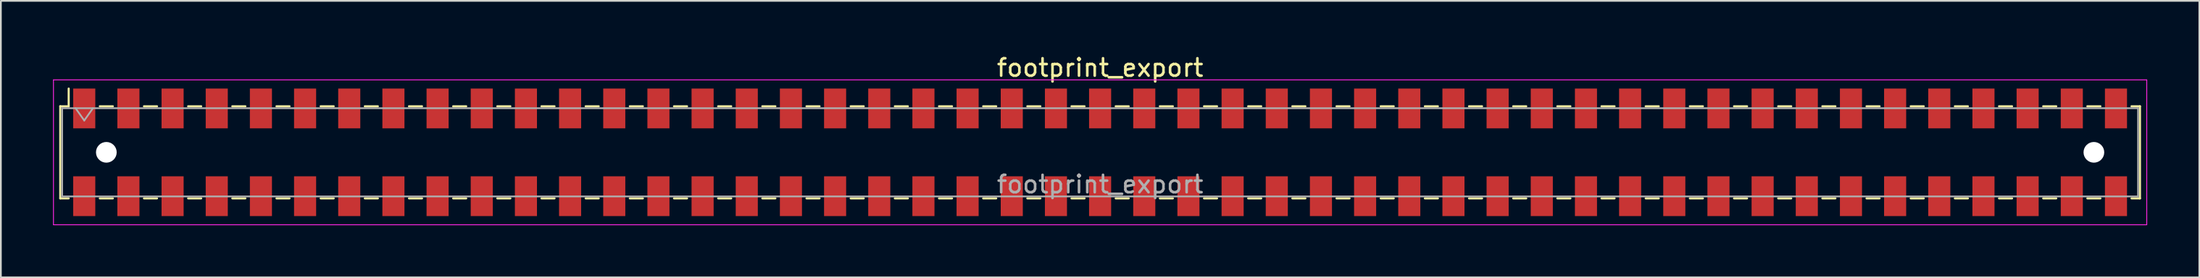
<source format=kicad_pcb>
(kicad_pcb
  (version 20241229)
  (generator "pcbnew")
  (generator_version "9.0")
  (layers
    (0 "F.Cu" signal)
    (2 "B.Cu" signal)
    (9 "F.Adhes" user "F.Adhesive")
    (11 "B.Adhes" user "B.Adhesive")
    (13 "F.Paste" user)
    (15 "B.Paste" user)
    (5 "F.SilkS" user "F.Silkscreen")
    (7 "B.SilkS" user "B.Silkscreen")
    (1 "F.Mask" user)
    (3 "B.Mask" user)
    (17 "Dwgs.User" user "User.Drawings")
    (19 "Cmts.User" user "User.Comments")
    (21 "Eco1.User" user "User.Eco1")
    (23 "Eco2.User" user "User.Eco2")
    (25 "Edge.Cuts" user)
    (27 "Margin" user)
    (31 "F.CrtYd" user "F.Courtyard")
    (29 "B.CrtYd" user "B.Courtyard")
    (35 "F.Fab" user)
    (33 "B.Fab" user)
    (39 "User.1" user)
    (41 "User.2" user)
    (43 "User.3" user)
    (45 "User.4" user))
  (footprint "footprint_export"
    (layer "F.Cu")
    (at 60.215 5.718)
    (property "Reference" "footprint_export" (at 0 -4.87 0) (layer "F.SilkS") (effects (font (size 1 1) (thickness 0.15))))
    (attr smd)
    (fp_line (start -59.8 -2.65) (end -59.8 2.65) (stroke (width 0.12) (type solid)) (layer "F.SilkS"))
    (fp_line (start -59.8 2.65) (end -59.315 2.65) (stroke (width 0.12) (type solid)) (layer "F.SilkS"))
    (fp_line (start -59.315 -3.67) (end -59.315 -2.65) (stroke (width 0.12) (type solid)) (layer "F.SilkS"))
    (fp_line (start -59.315 -2.65) (end -59.8 -2.65) (stroke (width 0.12) (type solid)) (layer "F.SilkS"))
    (fp_line (start -57.525 -2.65) (end -56.775 -2.65) (stroke (width 0.12) (type solid)) (layer "F.SilkS"))
    (fp_line (start -57.525 2.65) (end -56.775 2.65) (stroke (width 0.12) (type solid)) (layer "F.SilkS"))
    (fp_line (start -54.985 -2.65) (end -54.235 -2.65) (stroke (width 0.12) (type solid)) (layer "F.SilkS"))
    (fp_line (start -54.985 2.65) (end -54.235 2.65) (stroke (width 0.12) (type solid)) (layer "F.SilkS"))
    (fp_line (start -52.445 -2.65) (end -51.695 -2.65) (stroke (width 0.12) (type solid)) (layer "F.SilkS"))
    (fp_line (start -52.445 2.65) (end -51.695 2.65) (stroke (width 0.12) (type solid)) (layer "F.SilkS"))
    (fp_line (start -49.905 -2.65) (end -49.155 -2.65) (stroke (width 0.12) (type solid)) (layer "F.SilkS"))
    (fp_line (start -49.905 2.65) (end -49.155 2.65) (stroke (width 0.12) (type solid)) (layer "F.SilkS"))
    (fp_line (start -47.365 -2.65) (end -46.615 -2.65) (stroke (width 0.12) (type solid)) (layer "F.SilkS"))
    (fp_line (start -47.365 2.65) (end -46.615 2.65) (stroke (width 0.12) (type solid)) (layer "F.SilkS"))
    (fp_line (start -44.825 -2.65) (end -44.075 -2.65) (stroke (width 0.12) (type solid)) (layer "F.SilkS"))
    (fp_line (start -44.825 2.65) (end -44.075 2.65) (stroke (width 0.12) (type solid)) (layer "F.SilkS"))
    (fp_line (start -42.285 -2.65) (end -41.535 -2.65) (stroke (width 0.12) (type solid)) (layer "F.SilkS"))
    (fp_line (start -42.285 2.65) (end -41.535 2.65) (stroke (width 0.12) (type solid)) (layer "F.SilkS"))
    (fp_line (start -39.745 -2.65) (end -38.995 -2.65) (stroke (width 0.12) (type solid)) (layer "F.SilkS"))
    (fp_line (start -39.745 2.65) (end -38.995 2.65) (stroke (width 0.12) (type solid)) (layer "F.SilkS"))
    (fp_line (start -37.205 -2.65) (end -36.455 -2.65) (stroke (width 0.12) (type solid)) (layer "F.SilkS"))
    (fp_line (start -37.205 2.65) (end -36.455 2.65) (stroke (width 0.12) (type solid)) (layer "F.SilkS"))
    (fp_line (start -34.665 -2.65) (end -33.915 -2.65) (stroke (width 0.12) (type solid)) (layer "F.SilkS"))
    (fp_line (start -34.665 2.65) (end -33.915 2.65) (stroke (width 0.12) (type solid)) (layer "F.SilkS"))
    (fp_line (start -32.125 -2.65) (end -31.375 -2.65) (stroke (width 0.12) (type solid)) (layer "F.SilkS"))
    (fp_line (start -32.125 2.65) (end -31.375 2.65) (stroke (width 0.12) (type solid)) (layer "F.SilkS"))
    (fp_line (start -29.585 -2.65) (end -28.835 -2.65) (stroke (width 0.12) (type solid)) (layer "F.SilkS"))
    (fp_line (start -29.585 2.65) (end -28.835 2.65) (stroke (width 0.12) (type solid)) (layer "F.SilkS"))
    (fp_line (start -27.045 -2.65) (end -26.295 -2.65) (stroke (width 0.12) (type solid)) (layer "F.SilkS"))
    (fp_line (start -27.045 2.65) (end -26.295 2.65) (stroke (width 0.12) (type solid)) (layer "F.SilkS"))
    (fp_line (start -24.505 -2.65) (end -23.755 -2.65) (stroke (width 0.12) (type solid)) (layer "F.SilkS"))
    (fp_line (start -24.505 2.65) (end -23.755 2.65) (stroke (width 0.12) (type solid)) (layer "F.SilkS"))
    (fp_line (start -21.965 -2.65) (end -21.215 -2.65) (stroke (width 0.12) (type solid)) (layer "F.SilkS"))
    (fp_line (start -21.965 2.65) (end -21.215 2.65) (stroke (width 0.12) (type solid)) (layer "F.SilkS"))
    (fp_line (start -19.425 -2.65) (end -18.675 -2.65) (stroke (width 0.12) (type solid)) (layer "F.SilkS"))
    (fp_line (start -19.425 2.65) (end -18.675 2.65) (stroke (width 0.12) (type solid)) (layer "F.SilkS"))
    (fp_line (start -16.885 -2.65) (end -16.135 -2.65) (stroke (width 0.12) (type solid)) (layer "F.SilkS"))
    (fp_line (start -16.885 2.65) (end -16.135 2.65) (stroke (width 0.12) (type solid)) (layer "F.SilkS"))
    (fp_line (start -14.345 -2.65) (end -13.595 -2.65) (stroke (width 0.12) (type solid)) (layer "F.SilkS"))
    (fp_line (start -14.345 2.65) (end -13.595 2.65) (stroke (width 0.12) (type solid)) (layer "F.SilkS"))
    (fp_line (start -11.805 -2.65) (end -11.055 -2.65) (stroke (width 0.12) (type solid)) (layer "F.SilkS"))
    (fp_line (start -11.805 2.65) (end -11.055 2.65) (stroke (width 0.12) (type solid)) (layer "F.SilkS"))
    (fp_line (start -9.265 -2.65) (end -8.515 -2.65) (stroke (width 0.12) (type solid)) (layer "F.SilkS"))
    (fp_line (start -9.265 2.65) (end -8.515 2.65) (stroke (width 0.12) (type solid)) (layer "F.SilkS"))
    (fp_line (start -6.725 -2.65) (end -5.975 -2.65) (stroke (width 0.12) (type solid)) (layer "F.SilkS"))
    (fp_line (start -6.725 2.65) (end -5.975 2.65) (stroke (width 0.12) (type solid)) (layer "F.SilkS"))
    (fp_line (start -4.185 -2.65) (end -3.435 -2.65) (stroke (width 0.12) (type solid)) (layer "F.SilkS"))
    (fp_line (start -4.185 2.65) (end -3.435 2.65) (stroke (width 0.12) (type solid)) (layer "F.SilkS"))
    (fp_line (start -1.645 -2.65) (end -0.895 -2.65) (stroke (width 0.12) (type solid)) (layer "F.SilkS"))
    (fp_line (start -1.645 2.65) (end -0.895 2.65) (stroke (width 0.12) (type solid)) (layer "F.SilkS"))
    (fp_line (start 0.895 -2.65) (end 1.645 -2.65) (stroke (width 0.12) (type solid)) (layer "F.SilkS"))
    (fp_line (start 0.895 2.65) (end 1.645 2.65) (stroke (width 0.12) (type solid)) (layer "F.SilkS"))
    (fp_line (start 3.435 -2.65) (end 4.185 -2.65) (stroke (width 0.12) (type solid)) (layer "F.SilkS"))
    (fp_line (start 3.435 2.65) (end 4.185 2.65) (stroke (width 0.12) (type solid)) (layer "F.SilkS"))
    (fp_line (start 5.975 -2.65) (end 6.725 -2.65) (stroke (width 0.12) (type solid)) (layer "F.SilkS"))
    (fp_line (start 5.975 2.65) (end 6.725 2.65) (stroke (width 0.12) (type solid)) (layer "F.SilkS"))
    (fp_line (start 8.515 -2.65) (end 9.265 -2.65) (stroke (width 0.12) (type solid)) (layer "F.SilkS"))
    (fp_line (start 8.515 2.65) (end 9.265 2.65) (stroke (width 0.12) (type solid)) (layer "F.SilkS"))
    (fp_line (start 11.055 -2.65) (end 11.805 -2.65) (stroke (width 0.12) (type solid)) (layer "F.SilkS"))
    (fp_line (start 11.055 2.65) (end 11.805 2.65) (stroke (width 0.12) (type solid)) (layer "F.SilkS"))
    (fp_line (start 13.595 -2.65) (end 14.345 -2.65) (stroke (width 0.12) (type solid)) (layer "F.SilkS"))
    (fp_line (start 13.595 2.65) (end 14.345 2.65) (stroke (width 0.12) (type solid)) (layer "F.SilkS"))
    (fp_line (start 16.135 -2.65) (end 16.885 -2.65) (stroke (width 0.12) (type solid)) (layer "F.SilkS"))
    (fp_line (start 16.135 2.65) (end 16.885 2.65) (stroke (width 0.12) (type solid)) (layer "F.SilkS"))
    (fp_line (start 18.675 -2.65) (end 19.425 -2.65) (stroke (width 0.12) (type solid)) (layer "F.SilkS"))
    (fp_line (start 18.675 2.65) (end 19.425 2.65) (stroke (width 0.12) (type solid)) (layer "F.SilkS"))
    (fp_line (start 21.215 -2.65) (end 21.965 -2.65) (stroke (width 0.12) (type solid)) (layer "F.SilkS"))
    (fp_line (start 21.215 2.65) (end 21.965 2.65) (stroke (width 0.12) (type solid)) (layer "F.SilkS"))
    (fp_line (start 23.755 -2.65) (end 24.505 -2.65) (stroke (width 0.12) (type solid)) (layer "F.SilkS"))
    (fp_line (start 23.755 2.65) (end 24.505 2.65) (stroke (width 0.12) (type solid)) (layer "F.SilkS"))
    (fp_line (start 26.295 -2.65) (end 27.045 -2.65) (stroke (width 0.12) (type solid)) (layer "F.SilkS"))
    (fp_line (start 26.295 2.65) (end 27.045 2.65) (stroke (width 0.12) (type solid)) (layer "F.SilkS"))
    (fp_line (start 28.835 -2.65) (end 29.585 -2.65) (stroke (width 0.12) (type solid)) (layer "F.SilkS"))
    (fp_line (start 28.835 2.65) (end 29.585 2.65) (stroke (width 0.12) (type solid)) (layer "F.SilkS"))
    (fp_line (start 31.375 -2.65) (end 32.125 -2.65) (stroke (width 0.12) (type solid)) (layer "F.SilkS"))
    (fp_line (start 31.375 2.65) (end 32.125 2.65) (stroke (width 0.12) (type solid)) (layer "F.SilkS"))
    (fp_line (start 33.915 -2.65) (end 34.665 -2.65) (stroke (width 0.12) (type solid)) (layer "F.SilkS"))
    (fp_line (start 33.915 2.65) (end 34.665 2.65) (stroke (width 0.12) (type solid)) (layer "F.SilkS"))
    (fp_line (start 36.455 -2.65) (end 37.205 -2.65) (stroke (width 0.12) (type solid)) (layer "F.SilkS"))
    (fp_line (start 36.455 2.65) (end 37.205 2.65) (stroke (width 0.12) (type solid)) (layer "F.SilkS"))
    (fp_line (start 38.995 -2.65) (end 39.745 -2.65) (stroke (width 0.12) (type solid)) (layer "F.SilkS"))
    (fp_line (start 38.995 2.65) (end 39.745 2.65) (stroke (width 0.12) (type solid)) (layer "F.SilkS"))
    (fp_line (start 41.535 -2.65) (end 42.285 -2.65) (stroke (width 0.12) (type solid)) (layer "F.SilkS"))
    (fp_line (start 41.535 2.65) (end 42.285 2.65) (stroke (width 0.12) (type solid)) (layer "F.SilkS"))
    (fp_line (start 44.075 -2.65) (end 44.825 -2.65) (stroke (width 0.12) (type solid)) (layer "F.SilkS"))
    (fp_line (start 44.075 2.65) (end 44.825 2.65) (stroke (width 0.12) (type solid)) (layer "F.SilkS"))
    (fp_line (start 46.615 -2.65) (end 47.365 -2.65) (stroke (width 0.12) (type solid)) (layer "F.SilkS"))
    (fp_line (start 46.615 2.65) (end 47.365 2.65) (stroke (width 0.12) (type solid)) (layer "F.SilkS"))
    (fp_line (start 49.155 -2.65) (end 49.905 -2.65) (stroke (width 0.12) (type solid)) (layer "F.SilkS"))
    (fp_line (start 49.155 2.65) (end 49.905 2.65) (stroke (width 0.12) (type solid)) (layer "F.SilkS"))
    (fp_line (start 51.695 -2.65) (end 52.445 -2.65) (stroke (width 0.12) (type solid)) (layer "F.SilkS"))
    (fp_line (start 51.695 2.65) (end 52.445 2.65) (stroke (width 0.12) (type solid)) (layer "F.SilkS"))
    (fp_line (start 54.235 -2.65) (end 54.985 -2.65) (stroke (width 0.12) (type solid)) (layer "F.SilkS"))
    (fp_line (start 54.235 2.65) (end 54.985 2.65) (stroke (width 0.12) (type solid)) (layer "F.SilkS"))
    (fp_line (start 56.775 -2.65) (end 57.525 -2.65) (stroke (width 0.12) (type solid)) (layer "F.SilkS"))
    (fp_line (start 56.775 2.65) (end 57.525 2.65) (stroke (width 0.12) (type solid)) (layer "F.SilkS"))
    (fp_line (start 59.315 -2.65) (end 59.8 -2.65) (stroke (width 0.12) (type solid)) (layer "F.SilkS"))
    (fp_line (start 59.8 -2.65) (end 59.8 2.65) (stroke (width 0.12) (type solid)) (layer "F.SilkS"))
    (fp_line (start 59.8 2.65) (end 59.315 2.65) (stroke (width 0.12) (type solid)) (layer "F.SilkS"))
    (fp_line (start -60.19 -4.17) (end 60.19 -4.17) (stroke (width 0.05) (type solid)) (layer "F.CrtYd"))
    (fp_line (start -60.19 4.17) (end -60.19 -4.17) (stroke (width 0.05) (type solid)) (layer "F.CrtYd"))
    (fp_line (start 60.19 -4.17) (end 60.19 4.17) (stroke (width 0.05) (type solid)) (layer "F.CrtYd"))
    (fp_line (start 60.19 4.17) (end -60.19 4.17) (stroke (width 0.05) (type solid)) (layer "F.CrtYd"))
    (fp_line (start -59.69 -2.54) (end 59.69 -2.54) (stroke (width 0.1) (type solid)) (layer "F.Fab"))
    (fp_line (start -59.69 2.54) (end -59.69 -2.54) (stroke (width 0.1) (type solid)) (layer "F.Fab"))
    (fp_line (start -58.92 -2.54) (end -58.42 -1.833) (stroke (width 0.1) (type solid)) (layer "F.Fab"))
    (fp_line (start -58.42 -1.833) (end -57.92 -2.54) (stroke (width 0.1) (type solid)) (layer "F.Fab"))
    (fp_line (start 59.69 -2.54) (end 59.69 2.54) (stroke (width 0.1) (type solid)) (layer "F.Fab"))
    (fp_line (start 59.69 2.54) (end -59.69 2.54) (stroke (width 0.1) (type solid)) (layer "F.Fab"))
    (fp_text user "${REFERENCE}" (at 0 1.84 0) (layer "F.Fab") (effects (font (size 1 1) (thickness 0.15))))
    (pad "" np_thru_hole circle (at -57.15 0) (size 1.19 1.19) (drill 1.19) (layers "*.Cu" "*.Mask"))
    (pad "" np_thru_hole circle (at 57.15 0) (size 1.19 1.19) (drill 1.19) (layers "*.Cu" "*.Mask"))
    (pad "1" smd rect (at -58.42 -2.525) (size 1.27 2.29) (layers "F.Cu" "F.Mask" "F.Paste"))
    (pad "2" smd rect (at -58.42 2.525) (size 1.27 2.29) (layers "F.Cu" "F.Mask" "F.Paste"))
    (pad "3" smd rect (at -55.88 -2.525) (size 1.27 2.29) (layers "F.Cu" "F.Mask" "F.Paste"))
    (pad "4" smd rect (at -55.88 2.525) (size 1.27 2.29) (layers "F.Cu" "F.Mask" "F.Paste"))
    (pad "5" smd rect (at -53.34 -2.525) (size 1.27 2.29) (layers "F.Cu" "F.Mask" "F.Paste"))
    (pad "6" smd rect (at -53.34 2.525) (size 1.27 2.29) (layers "F.Cu" "F.Mask" "F.Paste"))
    (pad "7" smd rect (at -50.8 -2.525) (size 1.27 2.29) (layers "F.Cu" "F.Mask" "F.Paste"))
    (pad "8" smd rect (at -50.8 2.525) (size 1.27 2.29) (layers "F.Cu" "F.Mask" "F.Paste"))
    (pad "9" smd rect (at -48.26 -2.525) (size 1.27 2.29) (layers "F.Cu" "F.Mask" "F.Paste"))
    (pad "10" smd rect (at -48.26 2.525) (size 1.27 2.29) (layers "F.Cu" "F.Mask" "F.Paste"))
    (pad "11" smd rect (at -45.72 -2.525) (size 1.27 2.29) (layers "F.Cu" "F.Mask" "F.Paste"))
    (pad "12" smd rect (at -45.72 2.525) (size 1.27 2.29) (layers "F.Cu" "F.Mask" "F.Paste"))
    (pad "13" smd rect (at -43.18 -2.525) (size 1.27 2.29) (layers "F.Cu" "F.Mask" "F.Paste"))
    (pad "14" smd rect (at -43.18 2.525) (size 1.27 2.29) (layers "F.Cu" "F.Mask" "F.Paste"))
    (pad "15" smd rect (at -40.64 -2.525) (size 1.27 2.29) (layers "F.Cu" "F.Mask" "F.Paste"))
    (pad "16" smd rect (at -40.64 2.525) (size 1.27 2.29) (layers "F.Cu" "F.Mask" "F.Paste"))
    (pad "17" smd rect (at -38.1 -2.525) (size 1.27 2.29) (layers "F.Cu" "F.Mask" "F.Paste"))
    (pad "18" smd rect (at -38.1 2.525) (size 1.27 2.29) (layers "F.Cu" "F.Mask" "F.Paste"))
    (pad "19" smd rect (at -35.56 -2.525) (size 1.27 2.29) (layers "F.Cu" "F.Mask" "F.Paste"))
    (pad "20" smd rect (at -35.56 2.525) (size 1.27 2.29) (layers "F.Cu" "F.Mask" "F.Paste"))
    (pad "21" smd rect (at -33.02 -2.525) (size 1.27 2.29) (layers "F.Cu" "F.Mask" "F.Paste"))
    (pad "22" smd rect (at -33.02 2.525) (size 1.27 2.29) (layers "F.Cu" "F.Mask" "F.Paste"))
    (pad "23" smd rect (at -30.48 -2.525) (size 1.27 2.29) (layers "F.Cu" "F.Mask" "F.Paste"))
    (pad "24" smd rect (at -30.48 2.525) (size 1.27 2.29) (layers "F.Cu" "F.Mask" "F.Paste"))
    (pad "25" smd rect (at -27.94 -2.525) (size 1.27 2.29) (layers "F.Cu" "F.Mask" "F.Paste"))
    (pad "26" smd rect (at -27.94 2.525) (size 1.27 2.29) (layers "F.Cu" "F.Mask" "F.Paste"))
    (pad "27" smd rect (at -25.4 -2.525) (size 1.27 2.29) (layers "F.Cu" "F.Mask" "F.Paste"))
    (pad "28" smd rect (at -25.4 2.525) (size 1.27 2.29) (layers "F.Cu" "F.Mask" "F.Paste"))
    (pad "29" smd rect (at -22.86 -2.525) (size 1.27 2.29) (layers "F.Cu" "F.Mask" "F.Paste"))
    (pad "30" smd rect (at -22.86 2.525) (size 1.27 2.29) (layers "F.Cu" "F.Mask" "F.Paste"))
    (pad "31" smd rect (at -20.32 -2.525) (size 1.27 2.29) (layers "F.Cu" "F.Mask" "F.Paste"))
    (pad "32" smd rect (at -20.32 2.525) (size 1.27 2.29) (layers "F.Cu" "F.Mask" "F.Paste"))
    (pad "33" smd rect (at -17.78 -2.525) (size 1.27 2.29) (layers "F.Cu" "F.Mask" "F.Paste"))
    (pad "34" smd rect (at -17.78 2.525) (size 1.27 2.29) (layers "F.Cu" "F.Mask" "F.Paste"))
    (pad "35" smd rect (at -15.24 -2.525) (size 1.27 2.29) (layers "F.Cu" "F.Mask" "F.Paste"))
    (pad "36" smd rect (at -15.24 2.525) (size 1.27 2.29) (layers "F.Cu" "F.Mask" "F.Paste"))
    (pad "37" smd rect (at -12.7 -2.525) (size 1.27 2.29) (layers "F.Cu" "F.Mask" "F.Paste"))
    (pad "38" smd rect (at -12.7 2.525) (size 1.27 2.29) (layers "F.Cu" "F.Mask" "F.Paste"))
    (pad "39" smd rect (at -10.16 -2.525) (size 1.27 2.29) (layers "F.Cu" "F.Mask" "F.Paste"))
    (pad "40" smd rect (at -10.16 2.525) (size 1.27 2.29) (layers "F.Cu" "F.Mask" "F.Paste"))
    (pad "41" smd rect (at -7.62 -2.525) (size 1.27 2.29) (layers "F.Cu" "F.Mask" "F.Paste"))
    (pad "42" smd rect (at -7.62 2.525) (size 1.27 2.29) (layers "F.Cu" "F.Mask" "F.Paste"))
    (pad "43" smd rect (at -5.08 -2.525) (size 1.27 2.29) (layers "F.Cu" "F.Mask" "F.Paste"))
    (pad "44" smd rect (at -5.08 2.525) (size 1.27 2.29) (layers "F.Cu" "F.Mask" "F.Paste"))
    (pad "45" smd rect (at -2.54 -2.525) (size 1.27 2.29) (layers "F.Cu" "F.Mask" "F.Paste"))
    (pad "46" smd rect (at -2.54 2.525) (size 1.27 2.29) (layers "F.Cu" "F.Mask" "F.Paste"))
    (pad "47" smd rect (at 0 -2.525) (size 1.27 2.29) (layers "F.Cu" "F.Mask" "F.Paste"))
    (pad "48" smd rect (at 0 2.525) (size 1.27 2.29) (layers "F.Cu" "F.Mask" "F.Paste"))
    (pad "49" smd rect (at 2.54 -2.525) (size 1.27 2.29) (layers "F.Cu" "F.Mask" "F.Paste"))
    (pad "50" smd rect (at 2.54 2.525) (size 1.27 2.29) (layers "F.Cu" "F.Mask" "F.Paste"))
    (pad "51" smd rect (at 5.08 -2.525) (size 1.27 2.29) (layers "F.Cu" "F.Mask" "F.Paste"))
    (pad "52" smd rect (at 5.08 2.525) (size 1.27 2.29) (layers "F.Cu" "F.Mask" "F.Paste"))
    (pad "53" smd rect (at 7.62 -2.525) (size 1.27 2.29) (layers "F.Cu" "F.Mask" "F.Paste"))
    (pad "54" smd rect (at 7.62 2.525) (size 1.27 2.29) (layers "F.Cu" "F.Mask" "F.Paste"))
    (pad "55" smd rect (at 10.16 -2.525) (size 1.27 2.29) (layers "F.Cu" "F.Mask" "F.Paste"))
    (pad "56" smd rect (at 10.16 2.525) (size 1.27 2.29) (layers "F.Cu" "F.Mask" "F.Paste"))
    (pad "57" smd rect (at 12.7 -2.525) (size 1.27 2.29) (layers "F.Cu" "F.Mask" "F.Paste"))
    (pad "58" smd rect (at 12.7 2.525) (size 1.27 2.29) (layers "F.Cu" "F.Mask" "F.Paste"))
    (pad "59" smd rect (at 15.24 -2.525) (size 1.27 2.29) (layers "F.Cu" "F.Mask" "F.Paste"))
    (pad "60" smd rect (at 15.24 2.525) (size 1.27 2.29) (layers "F.Cu" "F.Mask" "F.Paste"))
    (pad "61" smd rect (at 17.78 -2.525) (size 1.27 2.29) (layers "F.Cu" "F.Mask" "F.Paste"))
    (pad "62" smd rect (at 17.78 2.525) (size 1.27 2.29) (layers "F.Cu" "F.Mask" "F.Paste"))
    (pad "63" smd rect (at 20.32 -2.525) (size 1.27 2.29) (layers "F.Cu" "F.Mask" "F.Paste"))
    (pad "64" smd rect (at 20.32 2.525) (size 1.27 2.29) (layers "F.Cu" "F.Mask" "F.Paste"))
    (pad "65" smd rect (at 22.86 -2.525) (size 1.27 2.29) (layers "F.Cu" "F.Mask" "F.Paste"))
    (pad "66" smd rect (at 22.86 2.525) (size 1.27 2.29) (layers "F.Cu" "F.Mask" "F.Paste"))
    (pad "67" smd rect (at 25.4 -2.525) (size 1.27 2.29) (layers "F.Cu" "F.Mask" "F.Paste"))
    (pad "68" smd rect (at 25.4 2.525) (size 1.27 2.29) (layers "F.Cu" "F.Mask" "F.Paste"))
    (pad "69" smd rect (at 27.94 -2.525) (size 1.27 2.29) (layers "F.Cu" "F.Mask" "F.Paste"))
    (pad "70" smd rect (at 27.94 2.525) (size 1.27 2.29) (layers "F.Cu" "F.Mask" "F.Paste"))
    (pad "71" smd rect (at 30.48 -2.525) (size 1.27 2.29) (layers "F.Cu" "F.Mask" "F.Paste"))
    (pad "72" smd rect (at 30.48 2.525) (size 1.27 2.29) (layers "F.Cu" "F.Mask" "F.Paste"))
    (pad "73" smd rect (at 33.02 -2.525) (size 1.27 2.29) (layers "F.Cu" "F.Mask" "F.Paste"))
    (pad "74" smd rect (at 33.02 2.525) (size 1.27 2.29) (layers "F.Cu" "F.Mask" "F.Paste"))
    (pad "75" smd rect (at 35.56 -2.525) (size 1.27 2.29) (layers "F.Cu" "F.Mask" "F.Paste"))
    (pad "76" smd rect (at 35.56 2.525) (size 1.27 2.29) (layers "F.Cu" "F.Mask" "F.Paste"))
    (pad "77" smd rect (at 38.1 -2.525) (size 1.27 2.29) (layers "F.Cu" "F.Mask" "F.Paste"))
    (pad "78" smd rect (at 38.1 2.525) (size 1.27 2.29) (layers "F.Cu" "F.Mask" "F.Paste"))
    (pad "79" smd rect (at 40.64 -2.525) (size 1.27 2.29) (layers "F.Cu" "F.Mask" "F.Paste"))
    (pad "80" smd rect (at 40.64 2.525) (size 1.27 2.29) (layers "F.Cu" "F.Mask" "F.Paste"))
    (pad "81" smd rect (at 43.18 -2.525) (size 1.27 2.29) (layers "F.Cu" "F.Mask" "F.Paste"))
    (pad "82" smd rect (at 43.18 2.525) (size 1.27 2.29) (layers "F.Cu" "F.Mask" "F.Paste"))
    (pad "83" smd rect (at 45.72 -2.525) (size 1.27 2.29) (layers "F.Cu" "F.Mask" "F.Paste"))
    (pad "84" smd rect (at 45.72 2.525) (size 1.27 2.29) (layers "F.Cu" "F.Mask" "F.Paste"))
    (pad "85" smd rect (at 48.26 -2.525) (size 1.27 2.29) (layers "F.Cu" "F.Mask" "F.Paste"))
    (pad "86" smd rect (at 48.26 2.525) (size 1.27 2.29) (layers "F.Cu" "F.Mask" "F.Paste"))
    (pad "87" smd rect (at 50.8 -2.525) (size 1.27 2.29) (layers "F.Cu" "F.Mask" "F.Paste"))
    (pad "88" smd rect (at 50.8 2.525) (size 1.27 2.29) (layers "F.Cu" "F.Mask" "F.Paste"))
    (pad "89" smd rect (at 53.34 -2.525) (size 1.27 2.29) (layers "F.Cu" "F.Mask" "F.Paste"))
    (pad "90" smd rect (at 53.34 2.525) (size 1.27 2.29) (layers "F.Cu" "F.Mask" "F.Paste"))
    (pad "91" smd rect (at 55.88 -2.525) (size 1.27 2.29) (layers "F.Cu" "F.Mask" "F.Paste"))
    (pad "92" smd rect (at 55.88 2.525) (size 1.27 2.29) (layers "F.Cu" "F.Mask" "F.Paste"))
    (pad "93" smd rect (at 58.42 -2.525) (size 1.27 2.29) (layers "F.Cu" "F.Mask" "F.Paste"))
    (pad "94" smd rect (at 58.42 2.525) (size 1.27 2.29) (layers "F.Cu" "F.Mask" "F.Paste")))
  (gr_rect
    (start -3 -3)
    (end 123.43 12.913)
    (stroke (width 0.1) (type default))
    (fill no)
    (layer "Edge.Cuts")))
</source>
